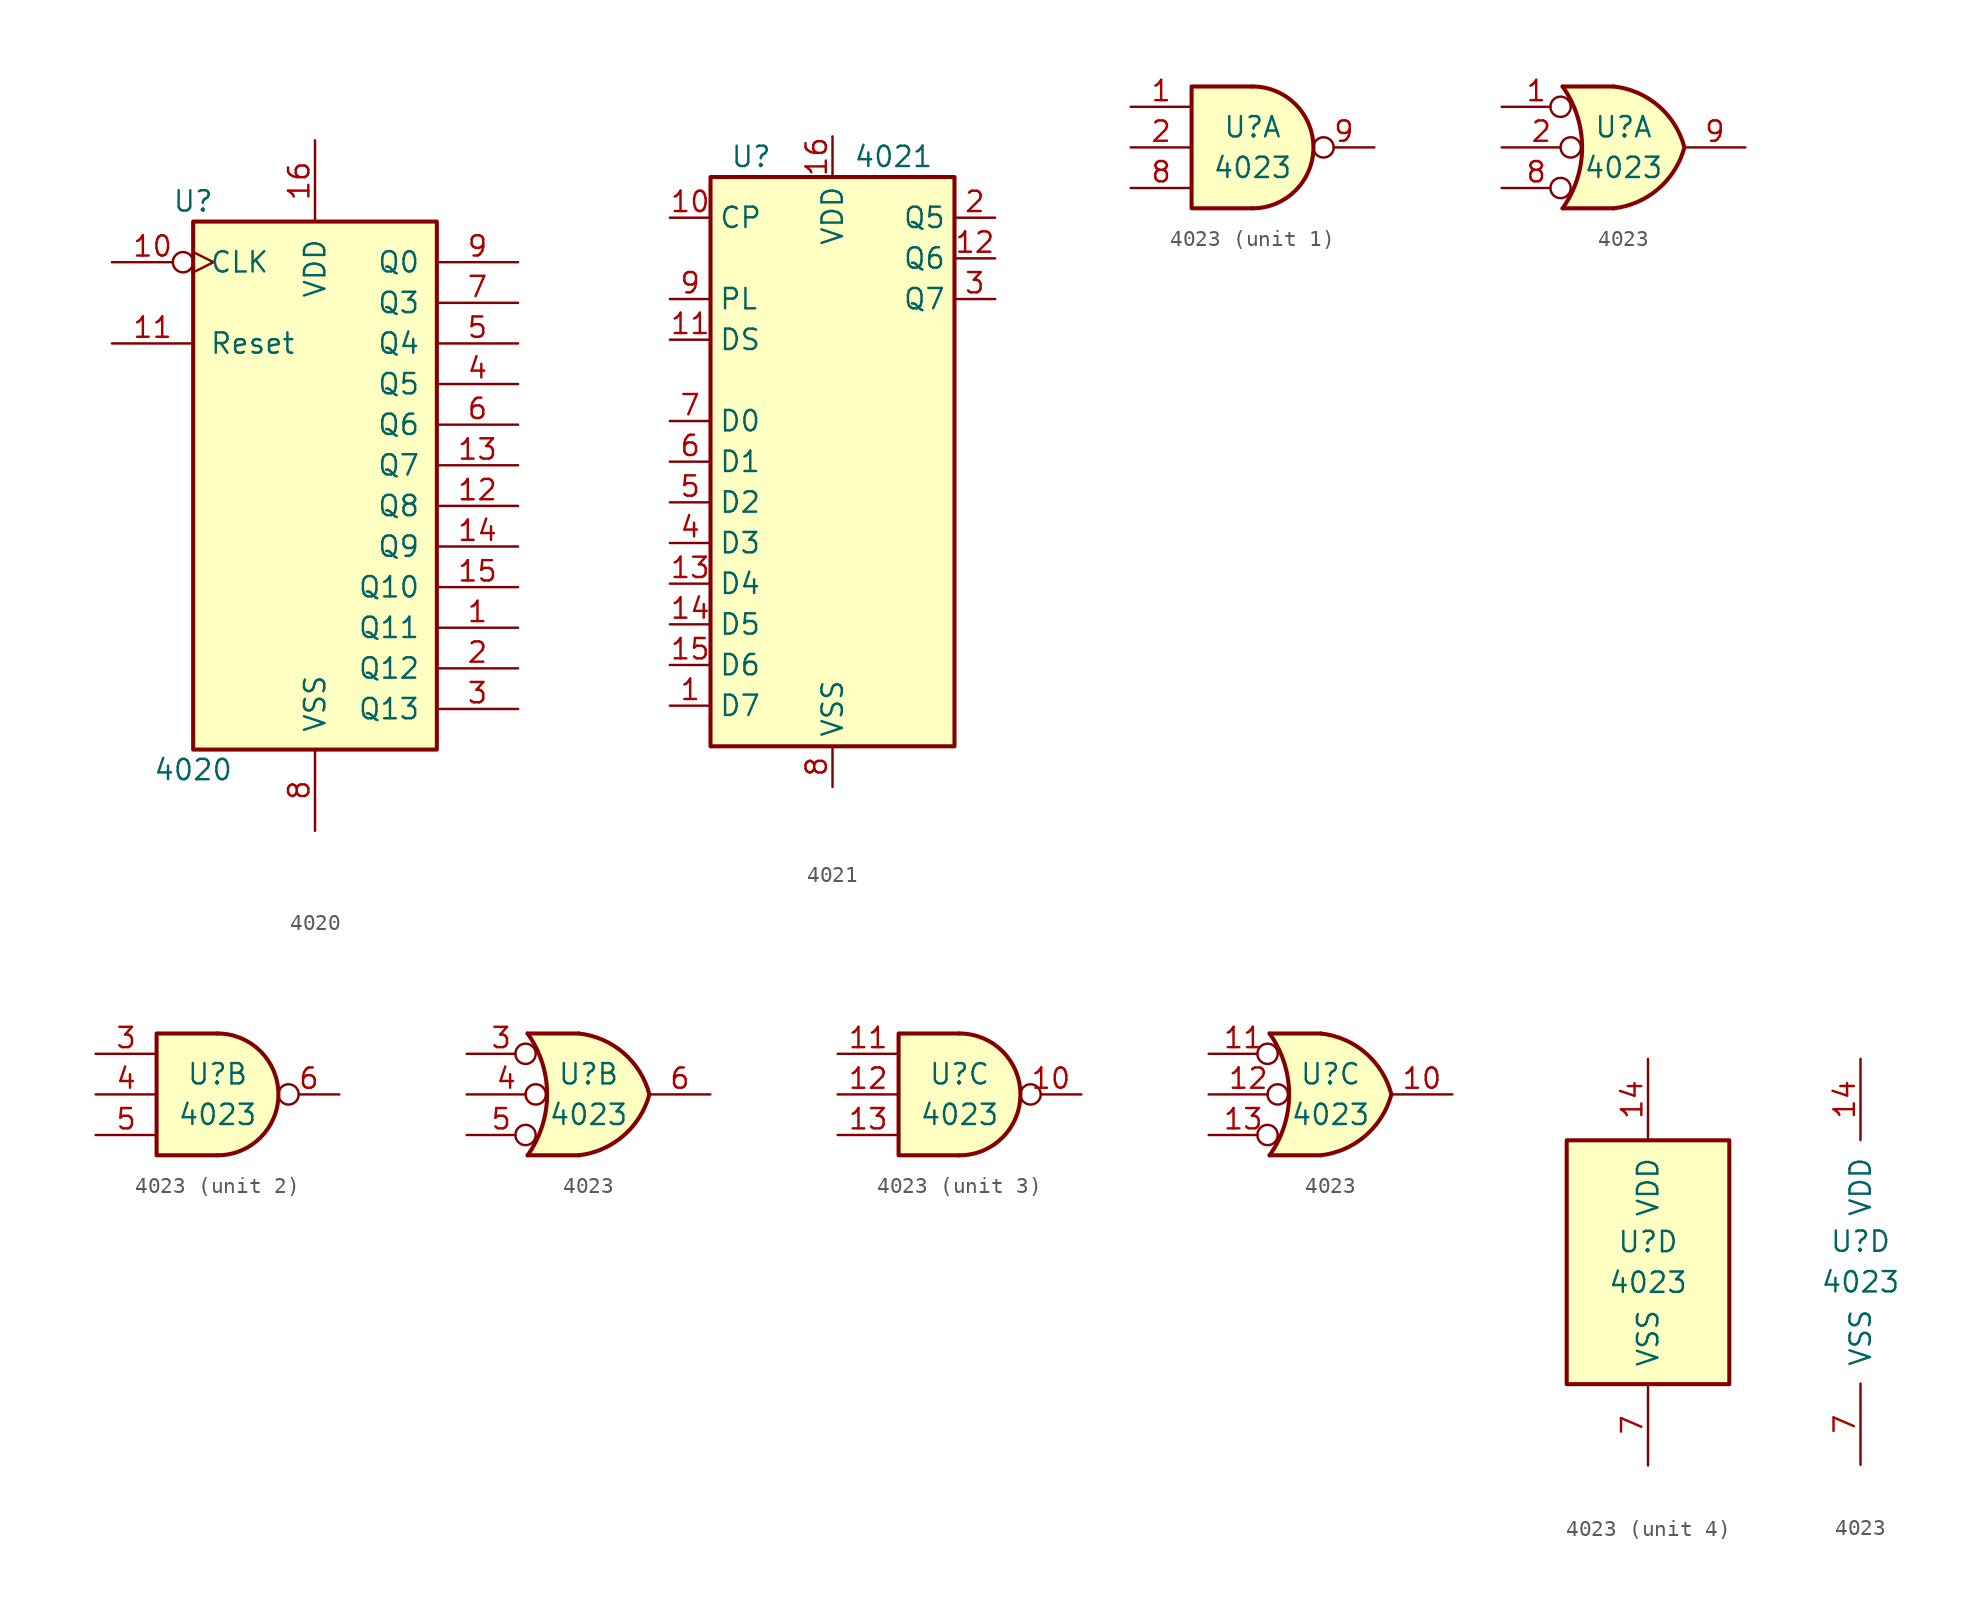
<source format=kicad_sym>
(kicad_symbol_lib
  (version 20220914)
  (generator kicad_symbol_editor)
  (symbol "4020"
    (pin_names
      (offset 1.016))
    (property "Reference" "U"
      (at -7.62 16.51 0)
      (effects (font (size 1.27 1.27))))
    (property "Value" "4020"
      (at -7.62 -19.05 0)
      (effects (font (size 1.27 1.27))))
    (property "ki_locked" ""
      (at 0 0 0)
      (effects (font (size 1.27 1.27))))
    (symbol "4020_1_0"
      (pin output line (at 12.7 -10.16 180) (length 5.08) (name "Q11" (effects (font (size 1.27 1.27)))) (number "1" (effects (font (size 1.27 1.27)))))
      (pin input inverted_clock (at -12.7 12.7 0) (length 5.08) (name "CLK" (effects (font (size 1.27 1.27)))) (number "10" (effects (font (size 1.27 1.27)))))
      (pin input line (at -12.7 7.62 0) (length 5.08) (name "Reset" (effects (font (size 1.27 1.27)))) (number "11" (effects (font (size 1.27 1.27)))))
      (pin output line (at 12.7 -2.54 180) (length 5.08) (name "Q8" (effects (font (size 1.27 1.27)))) (number "12" (effects (font (size 1.27 1.27)))))
      (pin output line (at 12.7 0 180) (length 5.08) (name "Q7" (effects (font (size 1.27 1.27)))) (number "13" (effects (font (size 1.27 1.27)))))
      (pin output line (at 12.7 -5.08 180) (length 5.08) (name "Q9" (effects (font (size 1.27 1.27)))) (number "14" (effects (font (size 1.27 1.27)))))
      (pin output line (at 12.7 -7.62 180) (length 5.08) (name "Q10" (effects (font (size 1.27 1.27)))) (number "15" (effects (font (size 1.27 1.27)))))
      (pin power_in line (at 0 20.32 270) (length 5.08) (name "VDD" (effects (font (size 1.27 1.27)))) (number "16" (effects (font (size 1.27 1.27)))))
      (pin output line (at 12.7 -12.7 180) (length 5.08) (name "Q12" (effects (font (size 1.27 1.27)))) (number "2" (effects (font (size 1.27 1.27)))))
      (pin output line (at 12.7 -15.24 180) (length 5.08) (name "Q13" (effects (font (size 1.27 1.27)))) (number "3" (effects (font (size 1.27 1.27)))))
      (pin output line (at 12.7 5.08 180) (length 5.08) (name "Q5" (effects (font (size 1.27 1.27)))) (number "4" (effects (font (size 1.27 1.27)))))
      (pin output line (at 12.7 7.62 180) (length 5.08) (name "Q4" (effects (font (size 1.27 1.27)))) (number "5" (effects (font (size 1.27 1.27)))))
      (pin output line (at 12.7 2.54 180) (length 5.08) (name "Q6" (effects (font (size 1.27 1.27)))) (number "6" (effects (font (size 1.27 1.27)))))
      (pin output line (at 12.7 10.16 180) (length 5.08) (name "Q3" (effects (font (size 1.27 1.27)))) (number "7" (effects (font (size 1.27 1.27)))))
      (pin power_in line (at 0 -22.86 90) (length 5.08) (name "VSS" (effects (font (size 1.27 1.27)))) (number "8" (effects (font (size 1.27 1.27)))))
      (pin output line (at 12.7 12.7 180) (length 5.08) (name "Q0" (effects (font (size 1.27 1.27)))) (number "9" (effects (font (size 1.27 1.27))))))
    (symbol "4020_1_1"
      (rectangle (start -7.62 15.24) (end 7.62 -17.78) (stroke (width 0.254) (type default)) (fill (type background)))))
  (symbol "4021"
    (property "Reference" "U"
      (at -5.08 19.05 0)
      (effects (font (size 1.27 1.27))))
    (property "Value" "4021"
      (at 3.81 19.05 0)
      (effects (font (size 1.27 1.27))))
    (symbol "4021_0_1"
      (rectangle (start -7.62 17.78) (end 7.62 -17.78) (stroke (width 0.254) (type default)) (fill (type background))))
    (symbol "4021_1_1"
      (pin input line (at -10.16 -15.24 0) (length 2.54) (name "D7" (effects (font (size 1.27 1.27)))) (number "1" (effects (font (size 1.27 1.27)))))
      (pin input line (at -10.16 15.24 0) (length 2.54) (name "CP" (effects (font (size 1.27 1.27)))) (number "10" (effects (font (size 1.27 1.27)))))
      (pin input line (at -10.16 7.62 0) (length 2.54) (name "DS" (effects (font (size 1.27 1.27)))) (number "11" (effects (font (size 1.27 1.27)))))
      (pin output line (at 10.16 12.7 180) (length 2.54) (name "Q6" (effects (font (size 1.27 1.27)))) (number "12" (effects (font (size 1.27 1.27)))))
      (pin input line (at -10.16 -7.62 0) (length 2.54) (name "D4" (effects (font (size 1.27 1.27)))) (number "13" (effects (font (size 1.27 1.27)))))
      (pin input line (at -10.16 -10.16 0) (length 2.54) (name "D5" (effects (font (size 1.27 1.27)))) (number "14" (effects (font (size 1.27 1.27)))))
      (pin input line (at -10.16 -12.7 0) (length 2.54) (name "D6" (effects (font (size 1.27 1.27)))) (number "15" (effects (font (size 1.27 1.27)))))
      (pin power_in line (at 0 20.32 270) (length 2.54) (name "VDD" (effects (font (size 1.27 1.27)))) (number "16" (effects (font (size 1.27 1.27)))))
      (pin output line (at 10.16 15.24 180) (length 2.54) (name "Q5" (effects (font (size 1.27 1.27)))) (number "2" (effects (font (size 1.27 1.27)))))
      (pin output line (at 10.16 10.16 180) (length 2.54) (name "Q7" (effects (font (size 1.27 1.27)))) (number "3" (effects (font (size 1.27 1.27)))))
      (pin input line (at -10.16 -5.08 0) (length 2.54) (name "D3" (effects (font (size 1.27 1.27)))) (number "4" (effects (font (size 1.27 1.27)))))
      (pin input line (at -10.16 -2.54 0) (length 2.54) (name "D2" (effects (font (size 1.27 1.27)))) (number "5" (effects (font (size 1.27 1.27)))))
      (pin input line (at -10.16 0 0) (length 2.54) (name "D1" (effects (font (size 1.27 1.27)))) (number "6" (effects (font (size 1.27 1.27)))))
      (pin input line (at -10.16 2.54 0) (length 2.54) (name "D0" (effects (font (size 1.27 1.27)))) (number "7" (effects (font (size 1.27 1.27)))))
      (pin power_in line (at 0 -20.32 90) (length 2.54) (name "VSS" (effects (font (size 1.27 1.27)))) (number "8" (effects (font (size 1.27 1.27)))))
      (pin input line (at -10.16 10.16 0) (length 2.54) (name "PL" (effects (font (size 1.27 1.27)))) (number "9" (effects (font (size 1.27 1.27)))))))
  (symbol "4023"
    (pin_names
      (offset 1.016))
    (property "Reference" "U"
      (at 0 1.27 0)
      (effects (font (size 1.27 1.27))))
    (property "Value" "4023"
      (at 0 -1.27 0)
      (effects (font (size 1.27 1.27))))
    (property "ki_locked" ""
      (at 0 0 0)
      (effects (font (size 1.27 1.27))))
    (symbol "4023_1_1"
      (arc (start 0 -3.81) (mid 3.7934 0) (end 0 3.81) (stroke (width 0.254) (type default)) (fill (type background)))
      (polyline (pts (xy 0 3.81) (xy -3.81 3.81) (xy -3.81 -3.81) (xy 0 -3.81)) (stroke (width 0.254) (type default)) (fill (type background)))
      (pin input line (at -7.62 2.54 0) (length 3.81) (name "~" (effects (font (size 1.27 1.27)))) (number "1" (effects (font (size 1.27 1.27)))))
      (pin input line (at -7.62 0 0) (length 3.81) (name "~" (effects (font (size 1.27 1.27)))) (number "2" (effects (font (size 1.27 1.27)))))
      (pin input line (at -7.62 -2.54 0) (length 3.81) (name "~" (effects (font (size 1.27 1.27)))) (number "8" (effects (font (size 1.27 1.27)))))
      (pin output inverted (at 7.62 0 180) (length 3.81) (name "~" (effects (font (size 1.27 1.27)))) (number "9" (effects (font (size 1.27 1.27))))))
    (symbol "4023_1_2"
      (arc (start -3.81 -3.81) (mid -2.589 0) (end -3.81 3.81) (stroke (width 0.254) (type default)) (fill (type none)))
      (arc (start -0.6096 -3.81) (mid 2.1842 -2.5851) (end 3.81 0) (stroke (width 0.254) (type default)) (fill (type background)))
      (polyline (pts (xy -3.81 -3.81) (xy -0.635 -3.81)) (stroke (width 0.254) (type default)) (fill (type background)))
      (polyline (pts (xy -3.81 3.81) (xy -0.635 3.81)) (stroke (width 0.254) (type default)) (fill (type background)))
      (polyline (pts (xy -0.635 3.81) (xy -3.81 3.81) (xy -3.81 3.81) (xy -3.556 3.404) (xy -3.023 2.261) (xy -2.692 1.041) (xy -2.616 -0.254) (xy -2.769 -1.499) (xy -3.175 -2.718) (xy -3.81 -3.81) (xy -3.81 -3.81) (xy -0.635 -3.81)) (stroke (width -25.4) (type default)) (fill (type background)))
      (arc (start 3.81 0) (mid 2.1915 2.5936) (end -0.6096 3.81) (stroke (width 0.254) (type default)) (fill (type background)))
      (pin input inverted (at -7.62 2.54 0) (length 4.318) (name "~" (effects (font (size 1.27 1.27)))) (number "1" (effects (font (size 1.27 1.27)))))
      (pin input inverted (at -7.62 0 0) (length 4.953) (name "~" (effects (font (size 1.27 1.27)))) (number "2" (effects (font (size 1.27 1.27)))))
      (pin input inverted (at -7.62 -2.54 0) (length 4.318) (name "~" (effects (font (size 1.27 1.27)))) (number "8" (effects (font (size 1.27 1.27)))))
      (pin output line (at 7.62 0 180) (length 3.81) (name "~" (effects (font (size 1.27 1.27)))) (number "9" (effects (font (size 1.27 1.27))))))
    (symbol "4023_2_1"
      (arc (start 0 -3.81) (mid 3.7934 0) (end 0 3.81) (stroke (width 0.254) (type default)) (fill (type background)))
      (polyline (pts (xy 0 3.81) (xy -3.81 3.81) (xy -3.81 -3.81) (xy 0 -3.81)) (stroke (width 0.254) (type default)) (fill (type background)))
      (pin input line (at -7.62 2.54 0) (length 3.81) (name "~" (effects (font (size 1.27 1.27)))) (number "3" (effects (font (size 1.27 1.27)))))
      (pin input line (at -7.62 0 0) (length 3.81) (name "~" (effects (font (size 1.27 1.27)))) (number "4" (effects (font (size 1.27 1.27)))))
      (pin input line (at -7.62 -2.54 0) (length 3.81) (name "~" (effects (font (size 1.27 1.27)))) (number "5" (effects (font (size 1.27 1.27)))))
      (pin output inverted (at 7.62 0 180) (length 3.81) (name "~" (effects (font (size 1.27 1.27)))) (number "6" (effects (font (size 1.27 1.27))))))
    (symbol "4023_2_2"
      (arc (start -3.81 -3.81) (mid -2.589 0) (end -3.81 3.81) (stroke (width 0.254) (type default)) (fill (type none)))
      (arc (start -0.6096 -3.81) (mid 2.1842 -2.5851) (end 3.81 0) (stroke (width 0.254) (type default)) (fill (type background)))
      (polyline (pts (xy -3.81 -3.81) (xy -0.635 -3.81)) (stroke (width 0.254) (type default)) (fill (type background)))
      (polyline (pts (xy -3.81 3.81) (xy -0.635 3.81)) (stroke (width 0.254) (type default)) (fill (type background)))
      (polyline (pts (xy -0.635 3.81) (xy -3.81 3.81) (xy -3.81 3.81) (xy -3.556 3.404) (xy -3.023 2.261) (xy -2.692 1.041) (xy -2.616 -0.254) (xy -2.769 -1.499) (xy -3.175 -2.718) (xy -3.81 -3.81) (xy -3.81 -3.81) (xy -0.635 -3.81)) (stroke (width -25.4) (type default)) (fill (type background)))
      (arc (start 3.81 0) (mid 2.1915 2.5936) (end -0.6096 3.81) (stroke (width 0.254) (type default)) (fill (type background)))
      (pin input inverted (at -7.62 2.54 0) (length 4.318) (name "~" (effects (font (size 1.27 1.27)))) (number "3" (effects (font (size 1.27 1.27)))))
      (pin input inverted (at -7.62 0 0) (length 4.953) (name "~" (effects (font (size 1.27 1.27)))) (number "4" (effects (font (size 1.27 1.27)))))
      (pin input inverted (at -7.62 -2.54 0) (length 4.318) (name "~" (effects (font (size 1.27 1.27)))) (number "5" (effects (font (size 1.27 1.27)))))
      (pin output line (at 7.62 0 180) (length 3.81) (name "~" (effects (font (size 1.27 1.27)))) (number "6" (effects (font (size 1.27 1.27))))))
    (symbol "4023_3_1"
      (arc (start 0 -3.81) (mid 3.7934 0) (end 0 3.81) (stroke (width 0.254) (type default)) (fill (type background)))
      (polyline (pts (xy 0 3.81) (xy -3.81 3.81) (xy -3.81 -3.81) (xy 0 -3.81)) (stroke (width 0.254) (type default)) (fill (type background)))
      (pin output inverted (at 7.62 0 180) (length 3.81) (name "~" (effects (font (size 1.27 1.27)))) (number "10" (effects (font (size 1.27 1.27)))))
      (pin input line (at -7.62 2.54 0) (length 3.81) (name "~" (effects (font (size 1.27 1.27)))) (number "11" (effects (font (size 1.27 1.27)))))
      (pin input line (at -7.62 0 0) (length 3.81) (name "~" (effects (font (size 1.27 1.27)))) (number "12" (effects (font (size 1.27 1.27)))))
      (pin input line (at -7.62 -2.54 0) (length 3.81) (name "~" (effects (font (size 1.27 1.27)))) (number "13" (effects (font (size 1.27 1.27))))))
    (symbol "4023_3_2"
      (arc (start -3.81 -3.81) (mid -2.589 0) (end -3.81 3.81) (stroke (width 0.254) (type default)) (fill (type none)))
      (arc (start -0.6096 -3.81) (mid 2.1842 -2.5851) (end 3.81 0) (stroke (width 0.254) (type default)) (fill (type background)))
      (polyline (pts (xy -3.81 -3.81) (xy -0.635 -3.81)) (stroke (width 0.254) (type default)) (fill (type background)))
      (polyline (pts (xy -3.81 3.81) (xy -0.635 3.81)) (stroke (width 0.254) (type default)) (fill (type background)))
      (polyline (pts (xy -0.635 3.81) (xy -3.81 3.81) (xy -3.81 3.81) (xy -3.556 3.404) (xy -3.023 2.261) (xy -2.692 1.041) (xy -2.616 -0.254) (xy -2.769 -1.499) (xy -3.175 -2.718) (xy -3.81 -3.81) (xy -3.81 -3.81) (xy -0.635 -3.81)) (stroke (width -25.4) (type default)) (fill (type background)))
      (arc (start 3.81 0) (mid 2.1915 2.5936) (end -0.6096 3.81) (stroke (width 0.254) (type default)) (fill (type background)))
      (pin output line (at 7.62 0 180) (length 3.81) (name "~" (effects (font (size 1.27 1.27)))) (number "10" (effects (font (size 1.27 1.27)))))
      (pin input inverted (at -7.62 2.54 0) (length 4.318) (name "~" (effects (font (size 1.27 1.27)))) (number "11" (effects (font (size 1.27 1.27)))))
      (pin input inverted (at -7.62 0 0) (length 4.953) (name "~" (effects (font (size 1.27 1.27)))) (number "12" (effects (font (size 1.27 1.27)))))
      (pin input inverted (at -7.62 -2.54 0) (length 4.318) (name "~" (effects (font (size 1.27 1.27)))) (number "13" (effects (font (size 1.27 1.27))))))
    (symbol "4023_4_0"
      (pin power_in line (at 0 12.7 270) (length 5.08) (name "VDD" (effects (font (size 1.27 1.27)))) (number "14" (effects (font (size 1.27 1.27)))))
      (pin power_in line (at 0 -12.7 90) (length 5.08) (name "VSS" (effects (font (size 1.27 1.27)))) (number "7" (effects (font (size 1.27 1.27))))))
    (symbol "4023_4_1"
      (rectangle (start -5.08 7.62) (end 5.08 -7.62) (stroke (width 0.254) (type default)) (fill (type background))))))
</source>
